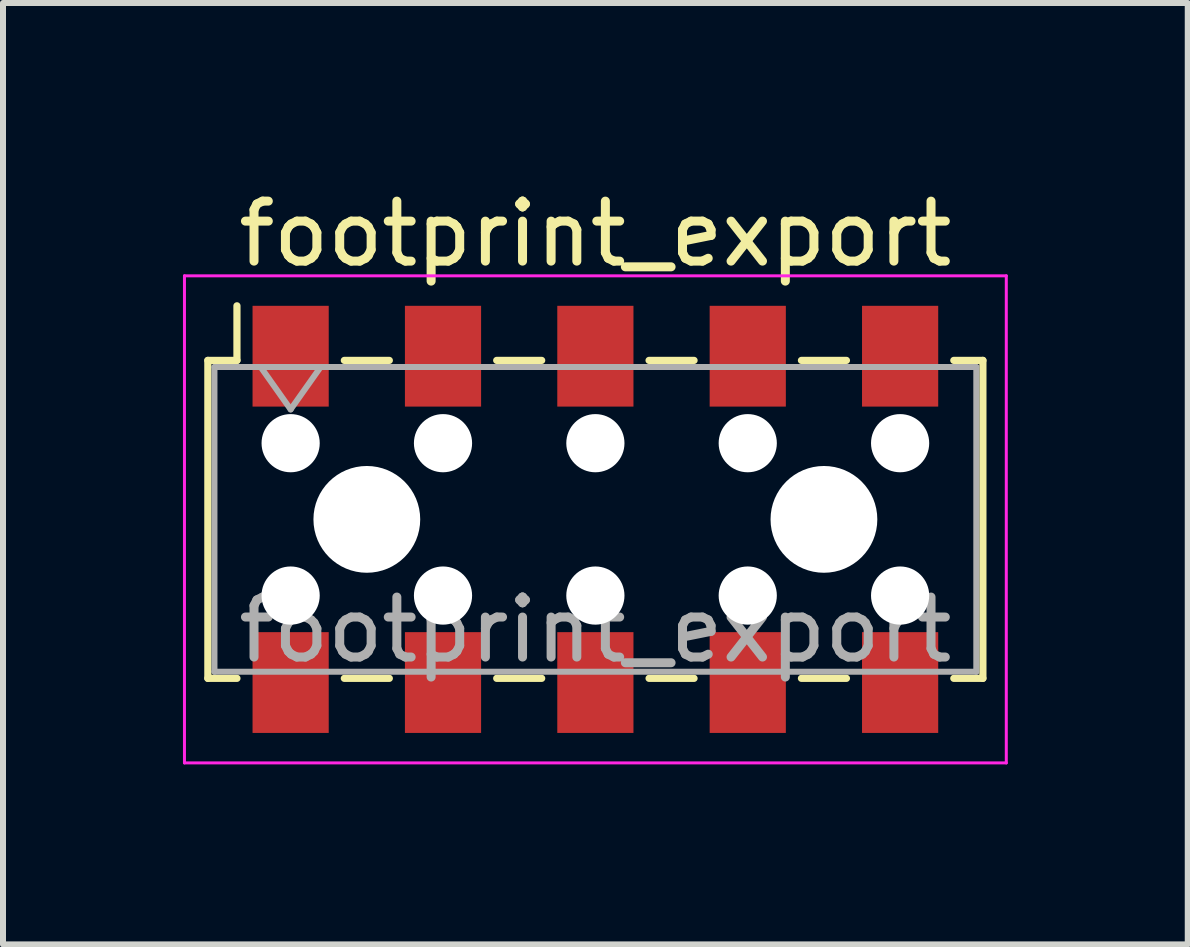
<source format=kicad_pcb>
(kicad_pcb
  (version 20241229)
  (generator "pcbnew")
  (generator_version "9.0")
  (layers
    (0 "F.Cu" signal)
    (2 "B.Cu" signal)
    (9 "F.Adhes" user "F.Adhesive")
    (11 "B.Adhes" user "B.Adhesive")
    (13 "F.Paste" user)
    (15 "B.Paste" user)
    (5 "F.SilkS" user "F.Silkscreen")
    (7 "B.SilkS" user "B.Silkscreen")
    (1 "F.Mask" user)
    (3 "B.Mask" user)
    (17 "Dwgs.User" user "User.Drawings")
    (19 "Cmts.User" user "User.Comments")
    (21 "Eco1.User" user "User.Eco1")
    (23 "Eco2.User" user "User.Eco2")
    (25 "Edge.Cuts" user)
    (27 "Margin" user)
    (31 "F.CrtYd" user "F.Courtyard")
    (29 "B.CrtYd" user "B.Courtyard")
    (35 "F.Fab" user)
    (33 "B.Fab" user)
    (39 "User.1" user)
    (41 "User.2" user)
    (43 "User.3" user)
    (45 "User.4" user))
  (footprint "footprint_export"
    (layer "F.Cu")
    (at 6.875 5.608)
    (property "Reference" "footprint_export" (at 0 -4.76 0) (layer "F.SilkS") (effects (font (size 1 1) (thickness 0.15))))
    (attr smd)
    (fp_line (start -6.46 -2.65) (end -6.46 2.65) (stroke (width 0.12) (type solid)) (layer "F.SilkS"))
    (fp_line (start -6.46 2.65) (end -5.975 2.65) (stroke (width 0.12) (type solid)) (layer "F.SilkS"))
    (fp_line (start -5.975 -3.56) (end -5.975 -2.65) (stroke (width 0.12) (type solid)) (layer "F.SilkS"))
    (fp_line (start -5.975 -2.65) (end -6.46 -2.65) (stroke (width 0.12) (type solid)) (layer "F.SilkS"))
    (fp_line (start -4.185 -2.65) (end -3.435 -2.65) (stroke (width 0.12) (type solid)) (layer "F.SilkS"))
    (fp_line (start -4.185 2.65) (end -3.435 2.65) (stroke (width 0.12) (type solid)) (layer "F.SilkS"))
    (fp_line (start -1.645 -2.65) (end -0.895 -2.65) (stroke (width 0.12) (type solid)) (layer "F.SilkS"))
    (fp_line (start -1.645 2.65) (end -0.895 2.65) (stroke (width 0.12) (type solid)) (layer "F.SilkS"))
    (fp_line (start 0.895 -2.65) (end 1.645 -2.65) (stroke (width 0.12) (type solid)) (layer "F.SilkS"))
    (fp_line (start 0.895 2.65) (end 1.645 2.65) (stroke (width 0.12) (type solid)) (layer "F.SilkS"))
    (fp_line (start 3.435 -2.65) (end 4.185 -2.65) (stroke (width 0.12) (type solid)) (layer "F.SilkS"))
    (fp_line (start 3.435 2.65) (end 4.185 2.65) (stroke (width 0.12) (type solid)) (layer "F.SilkS"))
    (fp_line (start 5.975 -2.65) (end 6.46 -2.65) (stroke (width 0.12) (type solid)) (layer "F.SilkS"))
    (fp_line (start 6.46 -2.65) (end 6.46 2.65) (stroke (width 0.12) (type solid)) (layer "F.SilkS"))
    (fp_line (start 6.46 2.65) (end 5.975 2.65) (stroke (width 0.12) (type solid)) (layer "F.SilkS"))
    (fp_line (start -6.85 -4.06) (end 6.85 -4.06) (stroke (width 0.05) (type solid)) (layer "F.CrtYd"))
    (fp_line (start -6.85 4.06) (end -6.85 -4.06) (stroke (width 0.05) (type solid)) (layer "F.CrtYd"))
    (fp_line (start 6.85 -4.06) (end 6.85 4.06) (stroke (width 0.05) (type solid)) (layer "F.CrtYd"))
    (fp_line (start 6.85 4.06) (end -6.85 4.06) (stroke (width 0.05) (type solid)) (layer "F.CrtYd"))
    (fp_line (start -6.35 -2.54) (end 6.35 -2.54) (stroke (width 0.1) (type solid)) (layer "F.Fab"))
    (fp_line (start -6.35 2.54) (end -6.35 -2.54) (stroke (width 0.1) (type solid)) (layer "F.Fab"))
    (fp_line (start -5.58 -2.54) (end -5.08 -1.833) (stroke (width 0.1) (type solid)) (layer "F.Fab"))
    (fp_line (start -5.08 -1.833) (end -4.58 -2.54) (stroke (width 0.1) (type solid)) (layer "F.Fab"))
    (fp_line (start 6.35 -2.54) (end 6.35 2.54) (stroke (width 0.1) (type solid)) (layer "F.Fab"))
    (fp_line (start 6.35 2.54) (end -6.35 2.54) (stroke (width 0.1) (type solid)) (layer "F.Fab"))
    (fp_text user "${REFERENCE}" (at 0 1.84 0) (layer "F.Fab") (effects (font (size 1 1) (thickness 0.15))))
    (pad "" np_thru_hole circle (at -5.08 -1.27) (size 0.97 0.97) (drill 0.97) (layers "*.Cu" "*.Mask"))
    (pad "" np_thru_hole circle (at -5.08 1.27) (size 0.97 0.97) (drill 0.97) (layers "*.Cu" "*.Mask"))
    (pad "" np_thru_hole circle (at -3.81 0) (size 1.78 1.78) (drill 1.78) (layers "*.Cu" "*.Mask"))
    (pad "" np_thru_hole circle (at -2.54 -1.27) (size 0.97 0.97) (drill 0.97) (layers "*.Cu" "*.Mask"))
    (pad "" np_thru_hole circle (at -2.54 1.27) (size 0.97 0.97) (drill 0.97) (layers "*.Cu" "*.Mask"))
    (pad "" np_thru_hole circle (at 0 -1.27) (size 0.97 0.97) (drill 0.97) (layers "*.Cu" "*.Mask"))
    (pad "" np_thru_hole circle (at 0 1.27) (size 0.97 0.97) (drill 0.97) (layers "*.Cu" "*.Mask"))
    (pad "" np_thru_hole circle (at 2.54 -1.27) (size 0.97 0.97) (drill 0.97) (layers "*.Cu" "*.Mask"))
    (pad "" np_thru_hole circle (at 2.54 1.27) (size 0.97 0.97) (drill 0.97) (layers "*.Cu" "*.Mask"))
    (pad "" np_thru_hole circle (at 3.81 0) (size 1.78 1.78) (drill 1.78) (layers "*.Cu" "*.Mask"))
    (pad "" np_thru_hole circle (at 5.08 -1.27) (size 0.97 0.97) (drill 0.97) (layers "*.Cu" "*.Mask"))
    (pad "" np_thru_hole circle (at 5.08 1.27) (size 0.97 0.97) (drill 0.97) (layers "*.Cu" "*.Mask"))
    (pad "1" smd rect (at -5.08 -2.72) (size 1.27 1.68) (layers "F.Cu" "F.Mask" "F.Paste"))
    (pad "2" smd rect (at -5.08 2.72) (size 1.27 1.68) (layers "F.Cu" "F.Mask" "F.Paste"))
    (pad "3" smd rect (at -2.54 -2.72) (size 1.27 1.68) (layers "F.Cu" "F.Mask" "F.Paste"))
    (pad "4" smd rect (at -2.54 2.72) (size 1.27 1.68) (layers "F.Cu" "F.Mask" "F.Paste"))
    (pad "5" smd rect (at 0 -2.72) (size 1.27 1.68) (layers "F.Cu" "F.Mask" "F.Paste"))
    (pad "6" smd rect (at 0 2.72) (size 1.27 1.68) (layers "F.Cu" "F.Mask" "F.Paste"))
    (pad "7" smd rect (at 2.54 -2.72) (size 1.27 1.68) (layers "F.Cu" "F.Mask" "F.Paste"))
    (pad "8" smd rect (at 2.54 2.72) (size 1.27 1.68) (layers "F.Cu" "F.Mask" "F.Paste"))
    (pad "9" smd rect (at 5.08 -2.72) (size 1.27 1.68) (layers "F.Cu" "F.Mask" "F.Paste"))
    (pad "10" smd rect (at 5.08 2.72) (size 1.27 1.68) (layers "F.Cu" "F.Mask" "F.Paste")))
  (gr_rect
    (start -3 -3)
    (end 16.75 12.693)
    (stroke (width 0.1) (type default))
    (fill no)
    (layer "Edge.Cuts")))
</source>
